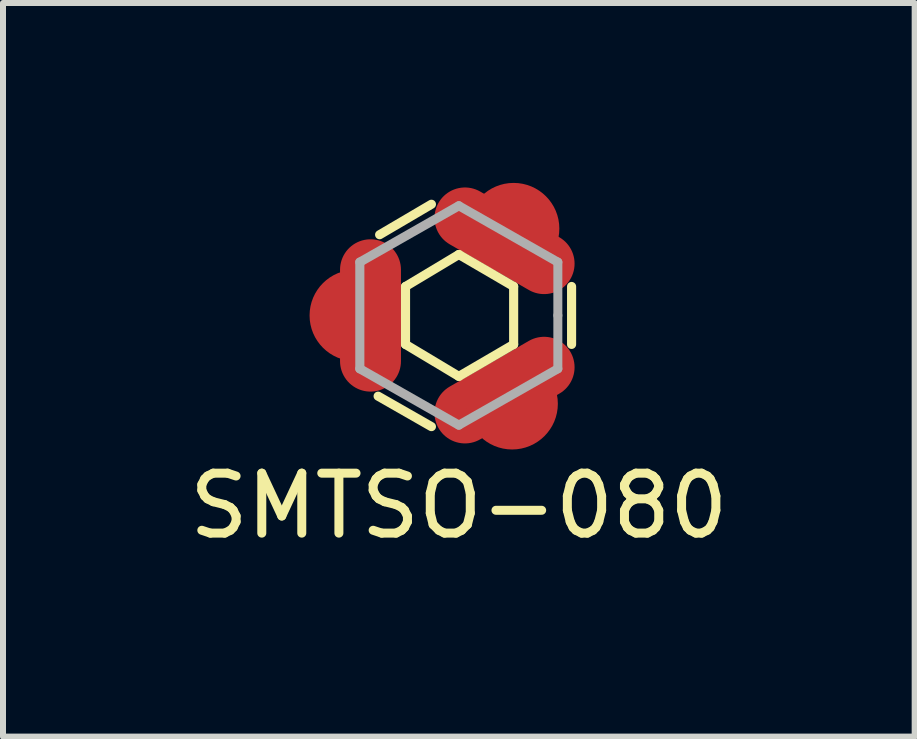
<source format=kicad_pcb>
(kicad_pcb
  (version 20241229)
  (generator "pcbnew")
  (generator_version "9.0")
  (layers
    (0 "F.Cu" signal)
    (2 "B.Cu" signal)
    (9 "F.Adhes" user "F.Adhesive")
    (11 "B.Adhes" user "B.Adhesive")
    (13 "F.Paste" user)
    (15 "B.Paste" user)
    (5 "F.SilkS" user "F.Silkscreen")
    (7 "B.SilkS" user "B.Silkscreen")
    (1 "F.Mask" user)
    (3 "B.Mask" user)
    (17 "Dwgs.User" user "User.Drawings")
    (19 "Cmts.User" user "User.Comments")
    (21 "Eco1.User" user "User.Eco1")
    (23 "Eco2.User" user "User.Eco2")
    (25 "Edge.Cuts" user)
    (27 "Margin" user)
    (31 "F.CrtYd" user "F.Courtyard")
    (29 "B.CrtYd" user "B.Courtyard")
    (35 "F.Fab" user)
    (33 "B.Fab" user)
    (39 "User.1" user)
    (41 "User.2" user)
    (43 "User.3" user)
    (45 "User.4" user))
  (footprint "SMTSO-080"
    (layer "F.Cu")
    (at 4.601 2.21)
    (property "Reference" "SMTSO-080" (at 0 3.175 0) (layer "F.SilkS") (effects (font (size 1 1) (thickness 0.15))))
    (attr through_hole)
    (fp_line (start -1.346 1.346) (end -0.457 1.854) (stroke (width 0.152) (type solid)) (layer "F.SilkS"))
    (fp_line (start -0.889 -0.483) (end 0 -1.016) (stroke (width 0.152) (type solid)) (layer "F.SilkS"))
    (fp_line (start -0.889 0.483) (end -0.889 -0.483) (stroke (width 0.152) (type solid)) (layer "F.SilkS"))
    (fp_line (start -0.457 -1.854) (end -1.321 -1.346) (stroke (width 0.152) (type solid)) (layer "F.SilkS"))
    (fp_line (start 0 -1.016) (end 0.914 -0.483) (stroke (width 0.152) (type solid)) (layer "F.SilkS"))
    (fp_line (start 0 1.016) (end -0.889 0.483) (stroke (width 0.152) (type solid)) (layer "F.SilkS"))
    (fp_line (start 0.914 -0.483) (end 0.914 0.483) (stroke (width 0.152) (type solid)) (layer "F.SilkS"))
    (fp_line (start 0.914 0.483) (end 0 1.016) (stroke (width 0.152) (type solid)) (layer "F.SilkS"))
    (fp_line (start 1.88 -0.483) (end 1.88 0.483) (stroke (width 0.152) (type solid)) (layer "F.SilkS"))
    (fp_line (start -1.651 -0.889) (end -1.651 0.889) (stroke (width 0.152) (type solid)) (layer "F.Fab"))
    (fp_line (start 0 -1.829) (end -1.651 -0.889) (stroke (width 0.152) (type solid)) (layer "F.Fab"))
    (fp_line (start 0 -1.829) (end 1.651 -0.889) (stroke (width 0.15) (type solid)) (layer "F.Fab"))
    (fp_line (start 0 1.829) (end -1.651 0.889) (stroke (width 0.152) (type solid)) (layer "F.Fab"))
    (fp_line (start 0 1.829) (end 1.651 0.889) (stroke (width 0.15) (type solid)) (layer "F.Fab"))
    (fp_line (start 1.651 -0.889) (end 1.651 0) (stroke (width 0.15) (type solid)) (layer "F.Fab"))
    (fp_line (start 1.651 0.889) (end 1.651 0) (stroke (width 0.15) (type solid)) (layer "F.Fab"))
    (pad "1" smd oval (at -1.727 0 90) (size 1.524 1.524) (layers "F.Cu" "F.Mask" "F.Paste"))
    (pad "1" smd oval (at -1.473 0 90) (size 2.54 1.016) (layers "F.Cu" "F.Mask" "F.Paste"))
    (pad "1" smd oval (at 0.762 -1.245 330) (size 2.54 1.016) (layers "F.Cu" "F.Mask" "F.Paste"))
    (pad "1" smd oval (at 0.762 1.245 30) (size 2.54 1.016) (layers "F.Cu" "F.Mask" "F.Paste"))
    (pad "1" smd oval (at 0.889 1.473 90) (size 1.524 1.524) (layers "F.Cu" "F.Mask" "F.Paste"))
    (pad "1" smd oval (at 0.914 -1.448 90) (size 1.524 1.524) (layers "F.Cu" "F.Mask" "F.Paste")))
  (gr_rect
    (start -3 -3)
    (end 12.202 9.233)
    (stroke (width 0.1) (type default))
    (fill no)
    (layer "Edge.Cuts")))
</source>
